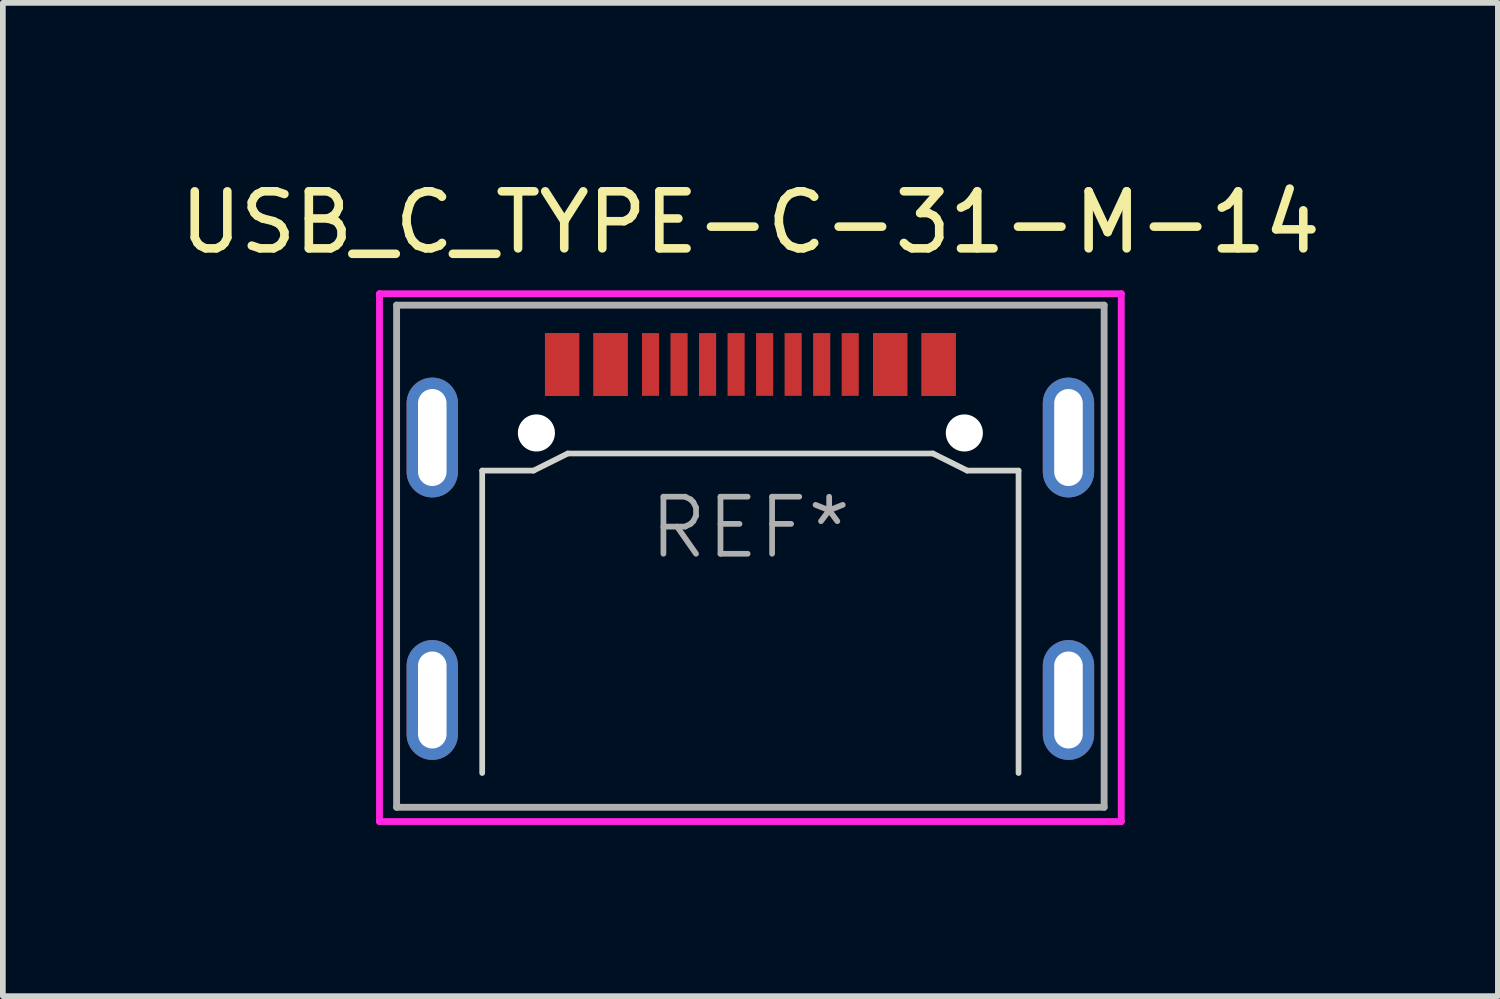
<source format=kicad_pcb>
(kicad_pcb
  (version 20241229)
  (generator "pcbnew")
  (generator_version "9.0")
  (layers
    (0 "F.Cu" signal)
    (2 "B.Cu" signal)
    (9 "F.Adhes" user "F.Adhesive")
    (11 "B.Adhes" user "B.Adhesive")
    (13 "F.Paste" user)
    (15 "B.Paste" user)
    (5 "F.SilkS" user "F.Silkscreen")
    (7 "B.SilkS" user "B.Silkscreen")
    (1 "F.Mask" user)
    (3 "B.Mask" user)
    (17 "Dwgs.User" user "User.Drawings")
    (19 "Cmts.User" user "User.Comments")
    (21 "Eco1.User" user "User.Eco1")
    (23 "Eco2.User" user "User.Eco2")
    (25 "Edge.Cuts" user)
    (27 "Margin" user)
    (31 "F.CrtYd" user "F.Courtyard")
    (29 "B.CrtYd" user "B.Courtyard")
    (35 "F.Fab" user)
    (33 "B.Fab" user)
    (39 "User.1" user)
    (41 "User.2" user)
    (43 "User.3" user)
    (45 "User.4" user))
  (footprint "USB_C_TYPE-C-31-M-14"
    (layer "F.Cu")
    (at 10.101 6.198)
    (property "Reference" "USB_C_TYPE-C-31-M-14" (at 0 -5.35 0) (layer "F.SilkS") (effects (font (size 1 1) (thickness 0.15))))
    (attr through_hole)
    (fp_line (start -4.7 -1) (end -3.8 -1) (stroke (width 0.1) (type default)) (layer "Edge.Cuts"))
    (fp_line (start -4.7 4.3) (end -4.7 -1) (stroke (width 0.1) (type solid)) (layer "Edge.Cuts"))
    (fp_line (start -3.8 -1) (end -3.2 -1.3) (stroke (width 0.1) (type default)) (layer "Edge.Cuts"))
    (fp_line (start -3.2 -1.3) (end 3.2 -1.3) (stroke (width 0.1) (type solid)) (layer "Edge.Cuts"))
    (fp_line (start 3.8 -1) (end 3.2 -1.3) (stroke (width 0.1) (type default)) (layer "Edge.Cuts"))
    (fp_line (start 4.7 -1) (end 3.8 -1) (stroke (width 0.1) (type default)) (layer "Edge.Cuts"))
    (fp_line (start 4.7 4.3) (end 4.7 -1) (stroke (width 0.1) (type solid)) (layer "Edge.Cuts"))
    (fp_line (start -6.5 -4.1) (end -6.5 5.15) (stroke (width 0.12) (type solid)) (layer "F.CrtYd"))
    (fp_line (start -6.5 -4.1) (end 6.5 -4.1) (stroke (width 0.12) (type solid)) (layer "F.CrtYd"))
    (fp_line (start -6.5 5.15) (end 6.5 5.15) (stroke (width 0.12) (type solid)) (layer "F.CrtYd"))
    (fp_line (start 6.5 -4.1) (end 6.5 5.15) (stroke (width 0.12) (type solid)) (layer "F.CrtYd"))
    (fp_line (start -6.2 -3.9) (end -6.2 4.9) (stroke (width 0.12) (type solid)) (layer "F.Fab"))
    (fp_line (start -6.2 -3.9) (end 6.2 -3.9) (stroke (width 0.12) (type solid)) (layer "F.Fab"))
    (fp_line (start 6.2 4.9) (end -6.2 4.9) (stroke (width 0.12) (type solid)) (layer "F.Fab"))
    (fp_line (start 6.2 4.9) (end 6.2 -3.9) (stroke (width 0.12) (type solid)) (layer "F.Fab"))
    (fp_text user "REF*" (at 0 0 0) (layer "F.Fab") (effects (font (size 1 1) (thickness 0.1))))
    (pad "" smd oval (at -5.675 -1.58) (size 1.2 2.4) (layers "F.Paste"))
    (pad "" smd oval (at -5.675 3.02) (size 1.2 2.4) (layers "F.Paste"))
    (pad "" np_thru_hole circle (at -3.75 -1.66) (size 0.65 0.65) (drill 0.65) (layers "*.Cu" "*.Mask"))
    (pad "" np_thru_hole circle (at 3.75 -1.66) (size 0.65 0.65) (drill 0.65) (layers "*.Cu" "*.Mask"))
    (pad "" smd oval (at 5.675 -1.58) (size 1.2 2.4) (layers "F.Paste"))
    (pad "" smd oval (at 5.675 3.02) (size 1.2 2.4) (layers "F.Paste"))
    (pad "A1" smd rect (at -3.3 -2.86) (size 0.6 1.1) (layers "F.Cu" "F.Mask" "F.Paste"))
    (pad "A4" smd rect (at -2.45 -2.86) (size 0.6 1.1) (layers "F.Cu" "F.Mask" "F.Paste"))
    (pad "A5" smd rect (at -1.25 -2.86) (size 0.3 1.1) (layers "F.Cu" "F.Mask" "F.Paste"))
    (pad "A6" smd rect (at -0.25 -2.86) (size 0.3 1.1) (layers "F.Cu" "F.Mask" "F.Paste"))
    (pad "A7" smd rect (at 0.25 -2.86) (size 0.3 1.1) (layers "F.Cu" "F.Mask" "F.Paste"))
    (pad "A8" smd rect (at 1.25 -2.86) (size 0.3 1.1) (layers "F.Cu" "F.Mask" "F.Paste"))
    (pad "A9" smd rect (at 2.45 -2.86) (size 0.6 1.1) (layers "F.Cu" "F.Mask" "F.Paste"))
    (pad "A12" smd rect (at 3.3 -2.86) (size 0.6 1.1) (layers "F.Cu" "F.Mask" "F.Paste"))
    (pad "B1" smd rect (at 3.3 -2.86) (size 0.6 1.1) (layers "F.Cu" "F.Mask" "F.Paste"))
    (pad "B4" smd rect (at 2.45 -2.86) (size 0.6 1.1) (layers "F.Cu" "F.Mask" "F.Paste"))
    (pad "B5" smd rect (at 1.75 -2.86) (size 0.3 1.1) (layers "F.Cu" "F.Mask" "F.Paste"))
    (pad "B6" smd rect (at 0.75 -2.86) (size 0.3 1.1) (layers "F.Cu" "F.Mask" "F.Paste"))
    (pad "B7" smd rect (at -0.75 -2.86) (size 0.3 1.1) (layers "F.Cu" "F.Mask" "F.Paste"))
    (pad "B8" smd rect (at -1.75 -2.86) (size 0.3 1.1) (layers "F.Cu" "F.Mask" "F.Paste"))
    (pad "B9" smd rect (at -2.45 -2.86) (size 0.6 1.1) (layers "F.Cu" "F.Mask" "F.Paste"))
    (pad "B12" smd rect (at -3.3 -2.86) (size 0.6 1.1) (layers "F.Cu" "F.Mask" "F.Paste"))
    (pad "S1" thru_hole oval (at -5.575 -1.58) (size 0.9 2.1) (drill oval 0.5 1.7) (layers "*.Cu" "*.Mask"))
    (pad "S1" thru_hole oval (at -5.575 3.02) (size 0.9 2.1) (drill oval 0.5 1.7) (layers "*.Cu" "*.Mask" "F.Paste"))
    (pad "S1" thru_hole oval (at 5.575 -1.58) (size 0.9 2.1) (drill oval 0.5 1.7) (layers "*.Cu" "*.Mask" "F.Paste"))
    (pad "S1" thru_hole oval (at 5.575 3.02) (size 0.9 2.1) (drill oval 0.5 1.7) (layers "*.Cu" "*.Mask" "F.Paste")))
  (gr_rect
    (start -3 -3)
    (end 23.202 14.408)
    (stroke (width 0.1) (type default))
    (fill no)
    (layer "Edge.Cuts")))
</source>
